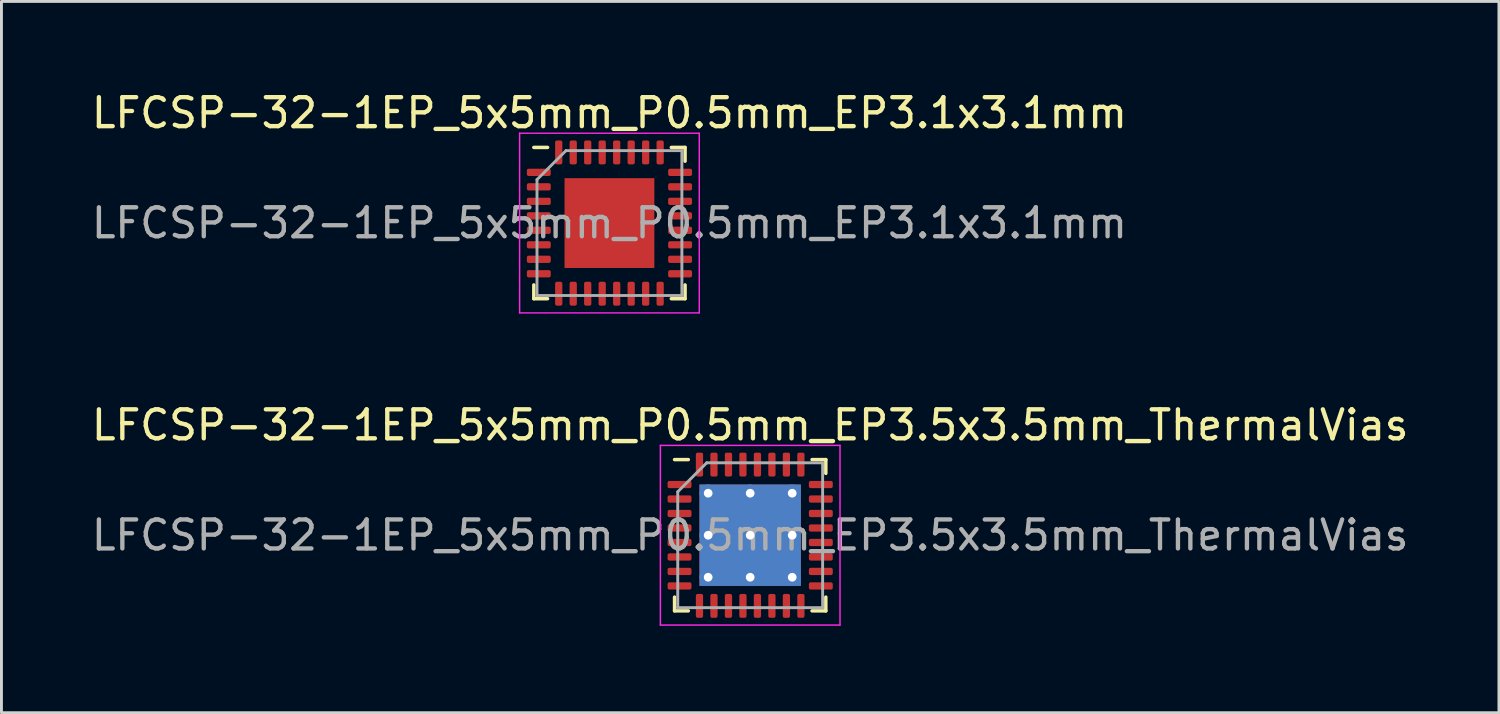
<source format=kicad_pcb>
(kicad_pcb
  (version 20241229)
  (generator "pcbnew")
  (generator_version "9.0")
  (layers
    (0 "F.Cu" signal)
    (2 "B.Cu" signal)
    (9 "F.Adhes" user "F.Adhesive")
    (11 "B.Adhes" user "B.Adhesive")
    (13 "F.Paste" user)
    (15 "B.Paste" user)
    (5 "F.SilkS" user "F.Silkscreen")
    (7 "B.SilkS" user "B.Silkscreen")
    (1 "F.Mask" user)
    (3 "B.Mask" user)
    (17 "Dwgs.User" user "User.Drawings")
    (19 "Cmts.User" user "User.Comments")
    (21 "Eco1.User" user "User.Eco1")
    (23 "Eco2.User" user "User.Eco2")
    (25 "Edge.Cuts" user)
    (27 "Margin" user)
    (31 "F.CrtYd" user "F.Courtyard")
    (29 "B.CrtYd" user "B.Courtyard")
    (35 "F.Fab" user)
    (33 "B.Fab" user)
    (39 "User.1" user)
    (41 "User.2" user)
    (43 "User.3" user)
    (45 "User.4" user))
  (footprint "LFCSP-32-1EP_5x5mm_P0.5mm_EP3.5x3.5mm_ThermalVias"
    (layer "F.Cu")
    (at 22.839 15.421)
    (property "Reference" "LFCSP-32-1EP_5x5mm_P0.5mm_EP3.5x3.5mm_ThermalVias" (at 0 -3.8 0) (layer "F.SilkS") (effects (font (size 1 1) (thickness 0.15))))
    (attr smd)
    (fp_line (start -2.61 2.61) (end -2.61 2.135) (stroke (width 0.12) (type solid)) (layer "F.SilkS"))
    (fp_line (start -2.135 -2.61) (end -2.61 -2.61) (stroke (width 0.12) (type solid)) (layer "F.SilkS"))
    (fp_line (start -2.135 2.61) (end -2.61 2.61) (stroke (width 0.12) (type solid)) (layer "F.SilkS"))
    (fp_line (start 2.135 -2.61) (end 2.61 -2.61) (stroke (width 0.12) (type solid)) (layer "F.SilkS"))
    (fp_line (start 2.135 2.61) (end 2.61 2.61) (stroke (width 0.12) (type solid)) (layer "F.SilkS"))
    (fp_line (start 2.61 -2.61) (end 2.61 -2.135) (stroke (width 0.12) (type solid)) (layer "F.SilkS"))
    (fp_line (start 2.61 2.61) (end 2.61 2.135) (stroke (width 0.12) (type solid)) (layer "F.SilkS"))
    (fp_line (start -3.1 -3.1) (end -3.1 3.1) (stroke (width 0.05) (type solid)) (layer "F.CrtYd"))
    (fp_line (start -3.1 3.1) (end 3.1 3.1) (stroke (width 0.05) (type solid)) (layer "F.CrtYd"))
    (fp_line (start 3.1 -3.1) (end -3.1 -3.1) (stroke (width 0.05) (type solid)) (layer "F.CrtYd"))
    (fp_line (start 3.1 3.1) (end 3.1 -3.1) (stroke (width 0.05) (type solid)) (layer "F.CrtYd"))
    (fp_line (start -2.5 -1.5) (end -1.5 -2.5) (stroke (width 0.1) (type solid)) (layer "F.Fab"))
    (fp_line (start -2.5 2.5) (end -2.5 -1.5) (stroke (width 0.1) (type solid)) (layer "F.Fab"))
    (fp_line (start -1.5 -2.5) (end 2.5 -2.5) (stroke (width 0.1) (type solid)) (layer "F.Fab"))
    (fp_line (start 2.5 -2.5) (end 2.5 2.5) (stroke (width 0.1) (type solid)) (layer "F.Fab"))
    (fp_line (start 2.5 2.5) (end -2.5 2.5) (stroke (width 0.1) (type solid)) (layer "F.Fab"))
    (fp_text user "${REFERENCE}" (at 0 0 0) (layer "F.Fab") (effects (font (size 1 1) (thickness 0.15))))
    (pad "" smd roundrect (at -0.875 -0.875) (size 1.46 1.46) (layers "F.Paste") (roundrect_rratio 0.171))
    (pad "" smd roundrect (at -0.875 0.875) (size 1.46 1.46) (layers "F.Paste") (roundrect_rratio 0.171))
    (pad "" smd roundrect (at 0.875 -0.875) (size 1.46 1.46) (layers "F.Paste") (roundrect_rratio 0.171))
    (pad "" smd roundrect (at 0.875 0.875) (size 1.46 1.46) (layers "F.Paste") (roundrect_rratio 0.171))
    (pad "1" smd roundrect (at -2.438 -1.75) (size 0.825 0.25) (layers "F.Cu" "F.Mask" "F.Paste") (roundrect_rratio 0.25))
    (pad "2" smd roundrect (at -2.438 -1.25) (size 0.825 0.25) (layers "F.Cu" "F.Mask" "F.Paste") (roundrect_rratio 0.25))
    (pad "3" smd roundrect (at -2.438 -0.75) (size 0.825 0.25) (layers "F.Cu" "F.Mask" "F.Paste") (roundrect_rratio 0.25))
    (pad "4" smd roundrect (at -2.438 -0.25) (size 0.825 0.25) (layers "F.Cu" "F.Mask" "F.Paste") (roundrect_rratio 0.25))
    (pad "5" smd roundrect (at -2.438 0.25) (size 0.825 0.25) (layers "F.Cu" "F.Mask" "F.Paste") (roundrect_rratio 0.25))
    (pad "6" smd roundrect (at -2.438 0.75) (size 0.825 0.25) (layers "F.Cu" "F.Mask" "F.Paste") (roundrect_rratio 0.25))
    (pad "7" smd roundrect (at -2.438 1.25) (size 0.825 0.25) (layers "F.Cu" "F.Mask" "F.Paste") (roundrect_rratio 0.25))
    (pad "8" smd roundrect (at -2.438 1.75) (size 0.825 0.25) (layers "F.Cu" "F.Mask" "F.Paste") (roundrect_rratio 0.25))
    (pad "9" smd roundrect (at -1.75 2.438) (size 0.25 0.825) (layers "F.Cu" "F.Mask" "F.Paste") (roundrect_rratio 0.25))
    (pad "10" smd roundrect (at -1.25 2.438) (size 0.25 0.825) (layers "F.Cu" "F.Mask" "F.Paste") (roundrect_rratio 0.25))
    (pad "11" smd roundrect (at -0.75 2.438) (size 0.25 0.825) (layers "F.Cu" "F.Mask" "F.Paste") (roundrect_rratio 0.25))
    (pad "12" smd roundrect (at -0.25 2.438) (size 0.25 0.825) (layers "F.Cu" "F.Mask" "F.Paste") (roundrect_rratio 0.25))
    (pad "13" smd roundrect (at 0.25 2.438) (size 0.25 0.825) (layers "F.Cu" "F.Mask" "F.Paste") (roundrect_rratio 0.25))
    (pad "14" smd roundrect (at 0.75 2.438) (size 0.25 0.825) (layers "F.Cu" "F.Mask" "F.Paste") (roundrect_rratio 0.25))
    (pad "15" smd roundrect (at 1.25 2.438) (size 0.25 0.825) (layers "F.Cu" "F.Mask" "F.Paste") (roundrect_rratio 0.25))
    (pad "16" smd roundrect (at 1.75 2.438) (size 0.25 0.825) (layers "F.Cu" "F.Mask" "F.Paste") (roundrect_rratio 0.25))
    (pad "17" smd roundrect (at 2.438 1.75) (size 0.825 0.25) (layers "F.Cu" "F.Mask" "F.Paste") (roundrect_rratio 0.25))
    (pad "18" smd roundrect (at 2.438 1.25) (size 0.825 0.25) (layers "F.Cu" "F.Mask" "F.Paste") (roundrect_rratio 0.25))
    (pad "19" smd roundrect (at 2.438 0.75) (size 0.825 0.25) (layers "F.Cu" "F.Mask" "F.Paste") (roundrect_rratio 0.25))
    (pad "20" smd roundrect (at 2.438 0.25) (size 0.825 0.25) (layers "F.Cu" "F.Mask" "F.Paste") (roundrect_rratio 0.25))
    (pad "21" smd roundrect (at 2.438 -0.25) (size 0.825 0.25) (layers "F.Cu" "F.Mask" "F.Paste") (roundrect_rratio 0.25))
    (pad "22" smd roundrect (at 2.438 -0.75) (size 0.825 0.25) (layers "F.Cu" "F.Mask" "F.Paste") (roundrect_rratio 0.25))
    (pad "23" smd roundrect (at 2.438 -1.25) (size 0.825 0.25) (layers "F.Cu" "F.Mask" "F.Paste") (roundrect_rratio 0.25))
    (pad "24" smd roundrect (at 2.438 -1.75) (size 0.825 0.25) (layers "F.Cu" "F.Mask" "F.Paste") (roundrect_rratio 0.25))
    (pad "25" smd roundrect (at 1.75 -2.438) (size 0.25 0.825) (layers "F.Cu" "F.Mask" "F.Paste") (roundrect_rratio 0.25))
    (pad "26" smd roundrect (at 1.25 -2.438) (size 0.25 0.825) (layers "F.Cu" "F.Mask" "F.Paste") (roundrect_rratio 0.25))
    (pad "27" smd roundrect (at 0.75 -2.438) (size 0.25 0.825) (layers "F.Cu" "F.Mask" "F.Paste") (roundrect_rratio 0.25))
    (pad "28" smd roundrect (at 0.25 -2.438) (size 0.25 0.825) (layers "F.Cu" "F.Mask" "F.Paste") (roundrect_rratio 0.25))
    (pad "29" smd roundrect (at -0.25 -2.438) (size 0.25 0.825) (layers "F.Cu" "F.Mask" "F.Paste") (roundrect_rratio 0.25))
    (pad "30" smd roundrect (at -0.75 -2.438) (size 0.25 0.825) (layers "F.Cu" "F.Mask" "F.Paste") (roundrect_rratio 0.25))
    (pad "31" smd roundrect (at -1.25 -2.438) (size 0.25 0.825) (layers "F.Cu" "F.Mask" "F.Paste") (roundrect_rratio 0.25))
    (pad "32" smd roundrect (at -1.75 -2.438) (size 0.25 0.825) (layers "F.Cu" "F.Mask" "F.Paste") (roundrect_rratio 0.25))
    (pad "33" thru_hole circle (at -1.45 -1.45) (size 0.6 0.6) (drill 0.3) (layers "*.Cu"))
    (pad "33" thru_hole circle (at -1.45 0) (size 0.6 0.6) (drill 0.3) (layers "*.Cu"))
    (pad "33" thru_hole circle (at -1.45 1.45) (size 0.6 0.6) (drill 0.3) (layers "*.Cu"))
    (pad "33" thru_hole circle (at 0 -1.45) (size 0.6 0.6) (drill 0.3) (layers "*.Cu"))
    (pad "33" thru_hole circle (at 0 0) (size 0.6 0.6) (drill 0.3) (layers "*.Cu"))
    (pad "33" smd rect (at 0 0) (size 3.5 3.5) (layers "F.Cu" "F.Mask"))
    (pad "33" smd rect (at 0 0) (size 3.5 3.5) (layers "B.Cu"))
    (pad "33" thru_hole circle (at 0 1.45) (size 0.6 0.6) (drill 0.3) (layers "*.Cu"))
    (pad "33" thru_hole circle (at 1.45 -1.45) (size 0.6 0.6) (drill 0.3) (layers "*.Cu"))
    (pad "33" thru_hole circle (at 1.45 0) (size 0.6 0.6) (drill 0.3) (layers "*.Cu"))
    (pad "33" thru_hole circle (at 1.45 1.45) (size 0.6 0.6) (drill 0.3) (layers "*.Cu")))
  (footprint "LFCSP-32-1EP_5x5mm_P0.5mm_EP3.1x3.1mm"
    (layer "F.Cu")
    (at 17.982 4.648)
    (property "Reference" "LFCSP-32-1EP_5x5mm_P0.5mm_EP3.1x3.1mm" (at 0 -3.8 0) (layer "F.SilkS") (effects (font (size 1 1) (thickness 0.15))))
    (attr smd)
    (fp_line (start -2.61 2.61) (end -2.61 2.135) (stroke (width 0.12) (type solid)) (layer "F.SilkS"))
    (fp_line (start -2.135 -2.61) (end -2.61 -2.61) (stroke (width 0.12) (type solid)) (layer "F.SilkS"))
    (fp_line (start -2.135 2.61) (end -2.61 2.61) (stroke (width 0.12) (type solid)) (layer "F.SilkS"))
    (fp_line (start 2.135 -2.61) (end 2.61 -2.61) (stroke (width 0.12) (type solid)) (layer "F.SilkS"))
    (fp_line (start 2.135 2.61) (end 2.61 2.61) (stroke (width 0.12) (type solid)) (layer "F.SilkS"))
    (fp_line (start 2.61 -2.61) (end 2.61 -2.135) (stroke (width 0.12) (type solid)) (layer "F.SilkS"))
    (fp_line (start 2.61 2.61) (end 2.61 2.135) (stroke (width 0.12) (type solid)) (layer "F.SilkS"))
    (fp_line (start -3.1 -3.1) (end -3.1 3.1) (stroke (width 0.05) (type solid)) (layer "F.CrtYd"))
    (fp_line (start -3.1 3.1) (end 3.1 3.1) (stroke (width 0.05) (type solid)) (layer "F.CrtYd"))
    (fp_line (start 3.1 -3.1) (end -3.1 -3.1) (stroke (width 0.05) (type solid)) (layer "F.CrtYd"))
    (fp_line (start 3.1 3.1) (end 3.1 -3.1) (stroke (width 0.05) (type solid)) (layer "F.CrtYd"))
    (fp_line (start -2.5 -1.5) (end -1.5 -2.5) (stroke (width 0.1) (type solid)) (layer "F.Fab"))
    (fp_line (start -2.5 2.5) (end -2.5 -1.5) (stroke (width 0.1) (type solid)) (layer "F.Fab"))
    (fp_line (start -1.5 -2.5) (end 2.5 -2.5) (stroke (width 0.1) (type solid)) (layer "F.Fab"))
    (fp_line (start 2.5 -2.5) (end 2.5 2.5) (stroke (width 0.1) (type solid)) (layer "F.Fab"))
    (fp_line (start 2.5 2.5) (end -2.5 2.5) (stroke (width 0.1) (type solid)) (layer "F.Fab"))
    (fp_text user "${REFERENCE}" (at 0 0 0) (layer "F.Fab") (effects (font (size 1 1) (thickness 0.15))))
    (pad "" smd roundrect (at -1.03 -1.03) (size 0.83 0.83) (layers "F.Paste") (roundrect_rratio 0.25))
    (pad "" smd roundrect (at -1.03 0) (size 0.83 0.83) (layers "F.Paste") (roundrect_rratio 0.25))
    (pad "" smd roundrect (at -1.03 1.03) (size 0.83 0.83) (layers "F.Paste") (roundrect_rratio 0.25))
    (pad "" smd roundrect (at 0 -1.03) (size 0.83 0.83) (layers "F.Paste") (roundrect_rratio 0.25))
    (pad "" smd roundrect (at 0 0) (size 0.83 0.83) (layers "F.Paste") (roundrect_rratio 0.25))
    (pad "" smd roundrect (at 0 1.03) (size 0.83 0.83) (layers "F.Paste") (roundrect_rratio 0.25))
    (pad "" smd roundrect (at 1.03 -1.03) (size 0.83 0.83) (layers "F.Paste") (roundrect_rratio 0.25))
    (pad "" smd roundrect (at 1.03 0) (size 0.83 0.83) (layers "F.Paste") (roundrect_rratio 0.25))
    (pad "" smd roundrect (at 1.03 1.03) (size 0.83 0.83) (layers "F.Paste") (roundrect_rratio 0.25))
    (pad "1" smd roundrect (at -2.438 -1.75) (size 0.825 0.25) (layers "F.Cu" "F.Mask" "F.Paste") (roundrect_rratio 0.25))
    (pad "2" smd roundrect (at -2.438 -1.25) (size 0.825 0.25) (layers "F.Cu" "F.Mask" "F.Paste") (roundrect_rratio 0.25))
    (pad "3" smd roundrect (at -2.438 -0.75) (size 0.825 0.25) (layers "F.Cu" "F.Mask" "F.Paste") (roundrect_rratio 0.25))
    (pad "4" smd roundrect (at -2.438 -0.25) (size 0.825 0.25) (layers "F.Cu" "F.Mask" "F.Paste") (roundrect_rratio 0.25))
    (pad "5" smd roundrect (at -2.438 0.25) (size 0.825 0.25) (layers "F.Cu" "F.Mask" "F.Paste") (roundrect_rratio 0.25))
    (pad "6" smd roundrect (at -2.438 0.75) (size 0.825 0.25) (layers "F.Cu" "F.Mask" "F.Paste") (roundrect_rratio 0.25))
    (pad "7" smd roundrect (at -2.438 1.25) (size 0.825 0.25) (layers "F.Cu" "F.Mask" "F.Paste") (roundrect_rratio 0.25))
    (pad "8" smd roundrect (at -2.438 1.75) (size 0.825 0.25) (layers "F.Cu" "F.Mask" "F.Paste") (roundrect_rratio 0.25))
    (pad "9" smd roundrect (at -1.75 2.438) (size 0.25 0.825) (layers "F.Cu" "F.Mask" "F.Paste") (roundrect_rratio 0.25))
    (pad "10" smd roundrect (at -1.25 2.438) (size 0.25 0.825) (layers "F.Cu" "F.Mask" "F.Paste") (roundrect_rratio 0.25))
    (pad "11" smd roundrect (at -0.75 2.438) (size 0.25 0.825) (layers "F.Cu" "F.Mask" "F.Paste") (roundrect_rratio 0.25))
    (pad "12" smd roundrect (at -0.25 2.438) (size 0.25 0.825) (layers "F.Cu" "F.Mask" "F.Paste") (roundrect_rratio 0.25))
    (pad "13" smd roundrect (at 0.25 2.438) (size 0.25 0.825) (layers "F.Cu" "F.Mask" "F.Paste") (roundrect_rratio 0.25))
    (pad "14" smd roundrect (at 0.75 2.438) (size 0.25 0.825) (layers "F.Cu" "F.Mask" "F.Paste") (roundrect_rratio 0.25))
    (pad "15" smd roundrect (at 1.25 2.438) (size 0.25 0.825) (layers "F.Cu" "F.Mask" "F.Paste") (roundrect_rratio 0.25))
    (pad "16" smd roundrect (at 1.75 2.438) (size 0.25 0.825) (layers "F.Cu" "F.Mask" "F.Paste") (roundrect_rratio 0.25))
    (pad "17" smd roundrect (at 2.438 1.75) (size 0.825 0.25) (layers "F.Cu" "F.Mask" "F.Paste") (roundrect_rratio 0.25))
    (pad "18" smd roundrect (at 2.438 1.25) (size 0.825 0.25) (layers "F.Cu" "F.Mask" "F.Paste") (roundrect_rratio 0.25))
    (pad "19" smd roundrect (at 2.438 0.75) (size 0.825 0.25) (layers "F.Cu" "F.Mask" "F.Paste") (roundrect_rratio 0.25))
    (pad "20" smd roundrect (at 2.438 0.25) (size 0.825 0.25) (layers "F.Cu" "F.Mask" "F.Paste") (roundrect_rratio 0.25))
    (pad "21" smd roundrect (at 2.438 -0.25) (size 0.825 0.25) (layers "F.Cu" "F.Mask" "F.Paste") (roundrect_rratio 0.25))
    (pad "22" smd roundrect (at 2.438 -0.75) (size 0.825 0.25) (layers "F.Cu" "F.Mask" "F.Paste") (roundrect_rratio 0.25))
    (pad "23" smd roundrect (at 2.438 -1.25) (size 0.825 0.25) (layers "F.Cu" "F.Mask" "F.Paste") (roundrect_rratio 0.25))
    (pad "24" smd roundrect (at 2.438 -1.75) (size 0.825 0.25) (layers "F.Cu" "F.Mask" "F.Paste") (roundrect_rratio 0.25))
    (pad "25" smd roundrect (at 1.75 -2.438) (size 0.25 0.825) (layers "F.Cu" "F.Mask" "F.Paste") (roundrect_rratio 0.25))
    (pad "26" smd roundrect (at 1.25 -2.438) (size 0.25 0.825) (layers "F.Cu" "F.Mask" "F.Paste") (roundrect_rratio 0.25))
    (pad "27" smd roundrect (at 0.75 -2.438) (size 0.25 0.825) (layers "F.Cu" "F.Mask" "F.Paste") (roundrect_rratio 0.25))
    (pad "28" smd roundrect (at 0.25 -2.438) (size 0.25 0.825) (layers "F.Cu" "F.Mask" "F.Paste") (roundrect_rratio 0.25))
    (pad "29" smd roundrect (at -0.25 -2.438) (size 0.25 0.825) (layers "F.Cu" "F.Mask" "F.Paste") (roundrect_rratio 0.25))
    (pad "30" smd roundrect (at -0.75 -2.438) (size 0.25 0.825) (layers "F.Cu" "F.Mask" "F.Paste") (roundrect_rratio 0.25))
    (pad "31" smd roundrect (at -1.25 -2.438) (size 0.25 0.825) (layers "F.Cu" "F.Mask" "F.Paste") (roundrect_rratio 0.25))
    (pad "32" smd roundrect (at -1.75 -2.438) (size 0.25 0.825) (layers "F.Cu" "F.Mask" "F.Paste") (roundrect_rratio 0.25))
    (pad "33" smd rect (at 0 0) (size 3.1 3.1) (layers "F.Cu" "F.Mask")))
  (gr_rect
    (start -3 -3)
    (end 48.679 21.547)
    (stroke (width 0.1) (type default))
    (fill no)
    (layer "Edge.Cuts")))
</source>
